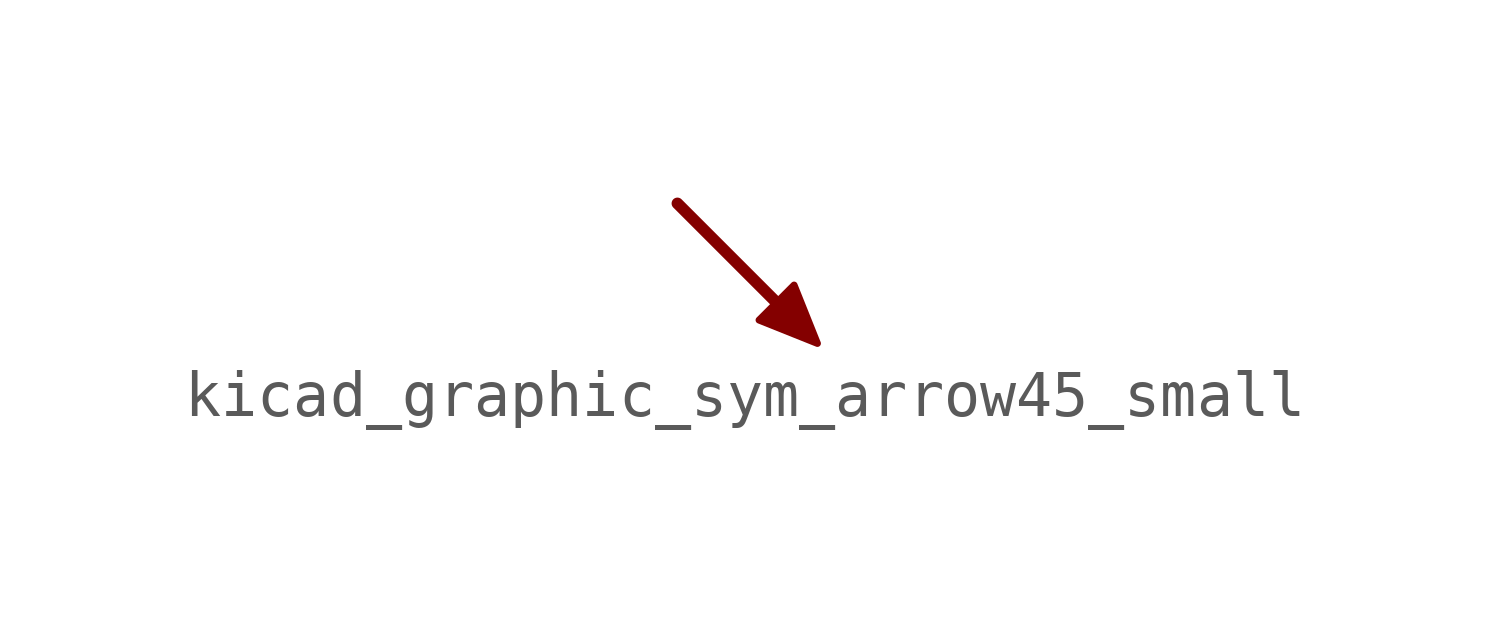
<source format=kicad_sym>
(kicad_symbol_lib
  (version 20220914)
  (generator kicad_symbol_editor)
  (symbol "kicad_graphic_sym_arrow45_small"
    (property "Reference" "#SYM"
      (at 4.318 1.016 0)
      (effects (font (size 1.27 1.27)) hide))
    (symbol "kicad_graphic_sym_arrow45_small_0_1"
      (polyline (pts (xy 1.27 -1.27) (xy -1.524 1.524)) (stroke (width 0.254) (type default)) (fill (type none)))
      (polyline (pts (xy 1.524 -1.524) (xy 0.254 -1.016) (xy 1.016 -0.254) (xy 1.524 -1.524)) (stroke (width 0) (type default)) (fill (type outline))))))
</source>
